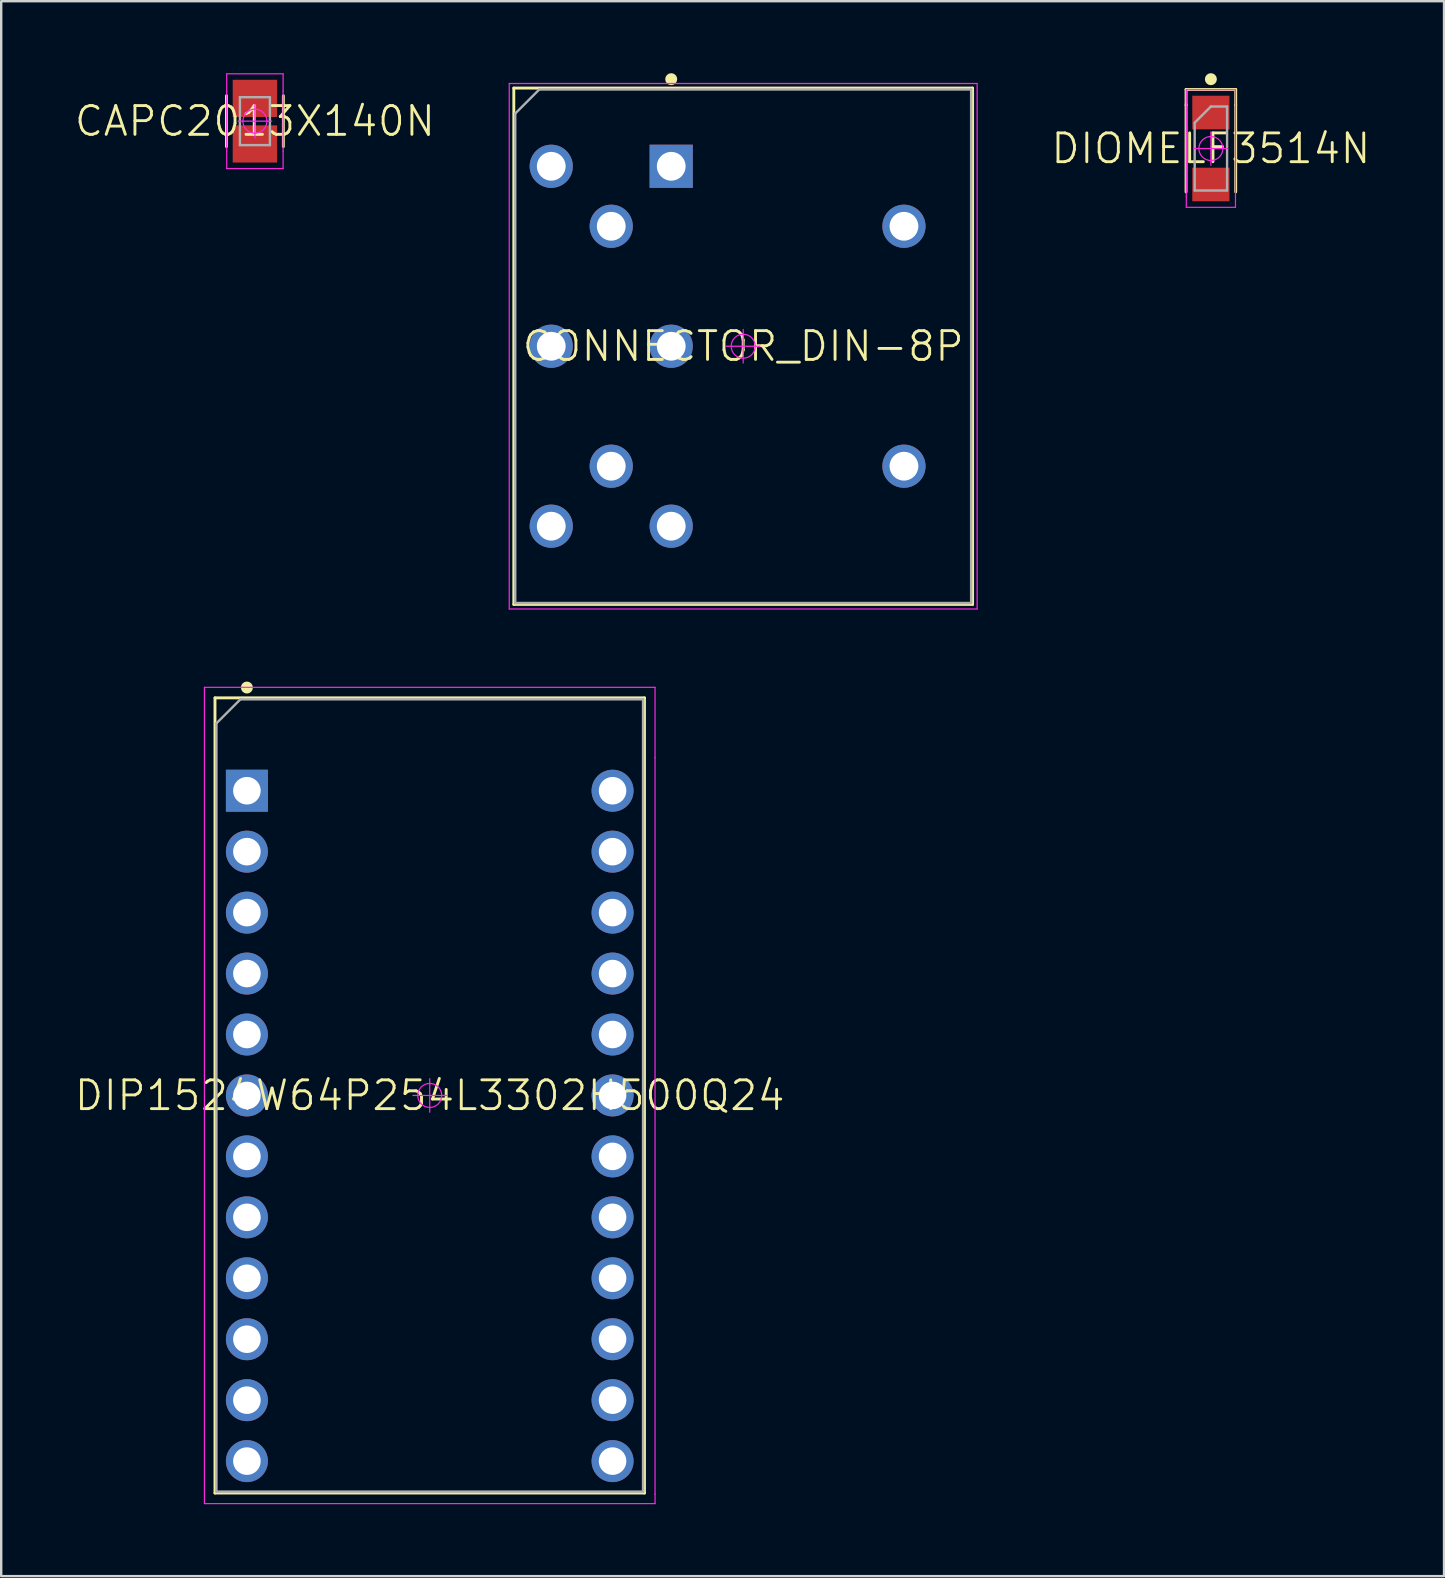
<source format=kicad_pcb>
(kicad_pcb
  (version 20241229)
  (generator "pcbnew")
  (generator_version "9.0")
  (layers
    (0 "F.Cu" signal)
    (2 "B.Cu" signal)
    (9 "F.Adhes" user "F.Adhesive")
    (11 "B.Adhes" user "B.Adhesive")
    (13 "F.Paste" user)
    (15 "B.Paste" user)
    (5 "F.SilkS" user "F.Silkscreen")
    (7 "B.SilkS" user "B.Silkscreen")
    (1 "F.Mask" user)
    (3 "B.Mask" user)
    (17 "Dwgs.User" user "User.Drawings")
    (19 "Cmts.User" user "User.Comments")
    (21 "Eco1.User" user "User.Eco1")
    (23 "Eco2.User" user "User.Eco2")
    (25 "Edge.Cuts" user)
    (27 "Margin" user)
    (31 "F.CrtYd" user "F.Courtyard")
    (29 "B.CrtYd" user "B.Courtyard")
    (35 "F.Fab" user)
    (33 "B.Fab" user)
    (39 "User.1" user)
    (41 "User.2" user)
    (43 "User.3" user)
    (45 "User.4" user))
  (footprint "CAPC2013X140N"
    (layer "F.Cu")
    (at 7.574 2)
    (property "Reference" "CAPC2013X140N" (at 0 0 0) (layer "F.SilkS") (effects (font (size 1.2 1.2) (thickness 0.12))))
    (attr smd)
    (fp_line (start -1.185 -1.06) (end -1.185 1.06) (stroke (width 0.12) (type solid)) (layer "F.SilkS"))
    (fp_line (start 1.185 -1.06) (end 1.185 1.06) (stroke (width 0.12) (type solid)) (layer "F.SilkS"))
    (fp_line (start -1.175 -1.975) (end -1.175 -1.25) (stroke (width 0.05) (type solid)) (layer "F.CrtYd"))
    (fp_line (start -1.175 -1.25) (end -1.175 1.25) (stroke (width 0.05) (type solid)) (layer "F.CrtYd"))
    (fp_line (start -1.175 1.25) (end -1.175 1.975) (stroke (width 0.05) (type solid)) (layer "F.CrtYd"))
    (fp_line (start -1.175 1.975) (end 1.175 1.975) (stroke (width 0.05) (type solid)) (layer "F.CrtYd"))
    (fp_line (start -0.7 0) (end 0.7 0) (stroke (width 0.05) (type solid)) (layer "F.CrtYd"))
    (fp_line (start 0 -0.7) (end 0 0.7) (stroke (width 0.05) (type solid)) (layer "F.CrtYd"))
    (fp_line (start 1.175 -1.975) (end -1.175 -1.975) (stroke (width 0.05) (type solid)) (layer "F.CrtYd"))
    (fp_line (start 1.175 -1.25) (end 1.175 -1.975) (stroke (width 0.05) (type solid)) (layer "F.CrtYd"))
    (fp_line (start 1.175 1.25) (end 1.175 -1.25) (stroke (width 0.05) (type solid)) (layer "F.CrtYd"))
    (fp_line (start 1.175 1.975) (end 1.175 1.25) (stroke (width 0.05) (type solid)) (layer "F.CrtYd"))
    (fp_circle (center 0 0) (end 0 0.5) (stroke (width 0.05) (type solid)) (fill no) (layer "F.CrtYd"))
    (fp_line (start -0.625 -1) (end 0.625 -1) (stroke (width 0.1) (type solid)) (layer "F.Fab"))
    (fp_line (start -0.625 1) (end -0.625 -1) (stroke (width 0.1) (type solid)) (layer "F.Fab"))
    (fp_line (start 0.625 -1) (end 0.625 1) (stroke (width 0.1) (type solid)) (layer "F.Fab"))
    (fp_line (start 0.625 1) (end -0.625 1) (stroke (width 0.1) (type solid)) (layer "F.Fab"))
    (pad "1" smd rect (at 0 -0.95) (size 1.85 1.55) (layers "F.Cu" "F.Mask" "F.Paste"))
    (pad "2" smd rect (at 0 0.95) (size 1.85 1.55) (layers "F.Cu" "F.Mask" "F.Paste")))
  (footprint "DIOMELF3514N"
    (layer "F.Cu")
    (at 47.416 3.14)
    (property "Reference" "DIOMELF3514N" (at 0 0 0) (layer "F.SilkS") (effects (font (size 1.2 1.2) (thickness 0.12))))
    (attr smd)
    (fp_line (start -1.035 -2.46) (end 1.035 -2.46) (stroke (width 0.12) (type solid)) (layer "F.SilkS"))
    (fp_line (start -1.035 -1.81) (end -1.035 -2.46) (stroke (width 0.12) (type solid)) (layer "F.SilkS"))
    (fp_line (start -1.035 -1.81) (end -1.035 1.81) (stroke (width 0.12) (type solid)) (layer "F.SilkS"))
    (fp_line (start 1.035 -2.46) (end 1.035 -1.81) (stroke (width 0.12) (type solid)) (layer "F.SilkS"))
    (fp_line (start 1.035 -1.81) (end 1.035 1.81) (stroke (width 0.12) (type solid)) (layer "F.SilkS"))
    (fp_circle (center 0 -2.89) (end 0 -2.765) (stroke (width 0.25) (type solid)) (fill no) (layer "F.SilkS"))
    (fp_line (start -1.025 -2.45) (end -1.025 -2) (stroke (width 0.05) (type solid)) (layer "F.CrtYd"))
    (fp_line (start -1.025 -2) (end -1.025 2) (stroke (width 0.05) (type solid)) (layer "F.CrtYd"))
    (fp_line (start -1.025 2) (end -1.025 2.45) (stroke (width 0.05) (type solid)) (layer "F.CrtYd"))
    (fp_line (start -1.025 2.45) (end 1.025 2.45) (stroke (width 0.05) (type solid)) (layer "F.CrtYd"))
    (fp_line (start -0.7 0) (end 0.7 0) (stroke (width 0.05) (type solid)) (layer "F.CrtYd"))
    (fp_line (start 0 -0.7) (end 0 0.7) (stroke (width 0.05) (type solid)) (layer "F.CrtYd"))
    (fp_line (start 1.025 -2.45) (end -1.025 -2.45) (stroke (width 0.05) (type solid)) (layer "F.CrtYd"))
    (fp_line (start 1.025 -2) (end 1.025 -2.45) (stroke (width 0.05) (type solid)) (layer "F.CrtYd"))
    (fp_line (start 1.025 2) (end 1.025 -2) (stroke (width 0.05) (type solid)) (layer "F.CrtYd"))
    (fp_line (start 1.025 2.45) (end 1.025 2) (stroke (width 0.05) (type solid)) (layer "F.CrtYd"))
    (fp_circle (center 0 0) (end 0 0.5) (stroke (width 0.05) (type solid)) (fill no) (layer "F.CrtYd"))
    (fp_line (start -0.675 -1.075) (end 0 -1.75) (stroke (width 0.1) (type solid)) (layer "F.Fab"))
    (fp_line (start -0.675 1.75) (end -0.675 -1.075) (stroke (width 0.1) (type solid)) (layer "F.Fab"))
    (fp_line (start 0 -1.75) (end 0.675 -1.75) (stroke (width 0.1) (type solid)) (layer "F.Fab"))
    (fp_line (start 0.675 -1.75) (end 0.675 1.75) (stroke (width 0.1) (type solid)) (layer "F.Fab"))
    (fp_line (start 0.675 1.75) (end -0.675 1.75) (stroke (width 0.1) (type solid)) (layer "F.Fab"))
    (pad "1" smd rect (at 0 -1.5) (size 1.55 1.4) (layers "F.Cu" "F.Mask" "F.Paste"))
    (pad "2" smd rect (at 0 1.5) (size 1.55 1.4) (layers "F.Cu" "F.Mask" "F.Paste")))
  (footprint "CONNECTOR_DIN-8P"
    (layer "F.Cu")
    (at 27.924 11.38)
    (property "Reference" "CONNECTOR_DIN-8P" (at 0 0 0) (layer "F.SilkS") (effects (font (size 1.2 1.2) (thickness 0.12))))
    (attr through_hole)
    (fp_line (start -9.56 -10.76) (end 9.56 -10.76) (stroke (width 0.12) (type solid)) (layer "F.SilkS"))
    (fp_line (start -9.56 10.76) (end -9.56 -10.76) (stroke (width 0.12) (type solid)) (layer "F.SilkS"))
    (fp_line (start 9.56 -10.76) (end 9.56 10.76) (stroke (width 0.12) (type solid)) (layer "F.SilkS"))
    (fp_line (start 9.56 10.76) (end -9.56 10.76) (stroke (width 0.12) (type solid)) (layer "F.SilkS"))
    (fp_circle (center -3 -11.13) (end -3 -11.005) (stroke (width 0.25) (type solid)) (fill no) (layer "F.SilkS"))
    (fp_line (start -9.75 -10.95) (end 9.75 -10.95) (stroke (width 0.05) (type solid)) (layer "F.CrtYd"))
    (fp_line (start -9.75 10.95) (end -9.75 -10.95) (stroke (width 0.05) (type solid)) (layer "F.CrtYd"))
    (fp_line (start -0.7 0) (end 0.7 0) (stroke (width 0.05) (type solid)) (layer "F.CrtYd"))
    (fp_line (start 0 -0.7) (end 0 0.7) (stroke (width 0.05) (type solid)) (layer "F.CrtYd"))
    (fp_line (start 9.75 -10.95) (end 9.75 10.95) (stroke (width 0.05) (type solid)) (layer "F.CrtYd"))
    (fp_line (start 9.75 10.95) (end -9.75 10.95) (stroke (width 0.05) (type solid)) (layer "F.CrtYd"))
    (fp_circle (center 0 0) (end 0 0.5) (stroke (width 0.05) (type solid)) (fill no) (layer "F.CrtYd"))
    (fp_line (start -9.5 -9.7) (end -8.5 -10.7) (stroke (width 0.1) (type solid)) (layer "F.Fab"))
    (fp_line (start -9.5 10.7) (end -9.5 -9.7) (stroke (width 0.1) (type solid)) (layer "F.Fab"))
    (fp_line (start -8.5 -10.7) (end 9.5 -10.7) (stroke (width 0.1) (type solid)) (layer "F.Fab"))
    (fp_line (start 9.5 -10.7) (end 9.5 10.7) (stroke (width 0.1) (type solid)) (layer "F.Fab"))
    (fp_line (start 9.5 10.7) (end -9.5 10.7) (stroke (width 0.1) (type solid)) (layer "F.Fab"))
    (pad "1" thru_hole rect (at -3 -7.5) (size 1.8 1.8) (drill 1.2) (layers "*.Cu" "*.Paste" "*.Mask"))
    (pad "2" thru_hole circle (at -3 0) (size 1.8 1.8) (drill 1.2) (layers "*.Cu" "*.Paste" "*.Mask"))
    (pad "3" thru_hole circle (at -3 7.5) (size 1.8 1.8) (drill 1.2) (layers "*.Cu" "*.Paste" "*.Mask"))
    (pad "4" thru_hole circle (at -5.5 -5) (size 1.8 1.8) (drill 1.2) (layers "*.Cu" "*.Paste" "*.Mask"))
    (pad "5" thru_hole circle (at -5.5 5) (size 1.8 1.8) (drill 1.2) (layers "*.Cu" "*.Paste" "*.Mask"))
    (pad "6" thru_hole circle (at -8 -7.5) (size 1.8 1.8) (drill 1.2) (layers "*.Cu" "*.Paste" "*.Mask"))
    (pad "7" thru_hole circle (at -8 7.5) (size 1.8 1.8) (drill 1.2) (layers "*.Cu" "*.Paste" "*.Mask"))
    (pad "8" thru_hole circle (at -8 0) (size 1.8 1.8) (drill 1.2) (layers "*.Cu" "*.Paste" "*.Mask"))
    (pad "9" thru_hole circle (at 6.7 -5) (size 1.8 1.8) (drill 1.2) (layers "*.Cu" "*.Paste" "*.Mask"))
    (pad "10" thru_hole circle (at 6.7 5) (size 1.8 1.8) (drill 1.2) (layers "*.Cu" "*.Paste" "*.Mask")))
  (footprint "DIP1524W64P254L3302H500Q24"
    (layer "F.Cu")
    (at 14.86 42.605)
    (property "Reference" "DIP1524W64P254L3302H500Q24" (at 0 0 0) (layer "F.SilkS") (effects (font (size 1.2 1.2) (thickness 0.12))))
    (attr through_hole)
    (fp_line (start -8.95 -16.57) (end 8.95 -16.57) (stroke (width 0.12) (type solid)) (layer "F.SilkS"))
    (fp_line (start -8.95 16.57) (end -8.95 -16.57) (stroke (width 0.12) (type solid)) (layer "F.SilkS"))
    (fp_line (start 8.95 -16.57) (end 8.95 16.57) (stroke (width 0.12) (type solid)) (layer "F.SilkS"))
    (fp_line (start 8.95 16.57) (end -8.95 16.57) (stroke (width 0.12) (type solid)) (layer "F.SilkS"))
    (fp_circle (center -7.62 -17) (end -7.62 -16.875) (stroke (width 0.25) (type solid)) (fill no) (layer "F.SilkS"))
    (fp_line (start -9.39 -17.01) (end 9.39 -17.01) (stroke (width 0.05) (type solid)) (layer "F.CrtYd"))
    (fp_line (start -9.39 -14.075) (end -9.39 -17.01) (stroke (width 0.05) (type solid)) (layer "F.CrtYd"))
    (fp_line (start -9.39 16.615) (end -9.39 -14.075) (stroke (width 0.05) (type solid)) (layer "F.CrtYd"))
    (fp_line (start -9.39 17.01) (end -9.39 16.615) (stroke (width 0.05) (type solid)) (layer "F.CrtYd"))
    (fp_line (start -0.7 0) (end 0.7 0) (stroke (width 0.05) (type solid)) (layer "F.CrtYd"))
    (fp_line (start 0 -0.7) (end 0 0.7) (stroke (width 0.05) (type solid)) (layer "F.CrtYd"))
    (fp_line (start 9.39 -17.01) (end 9.39 -14.075) (stroke (width 0.05) (type solid)) (layer "F.CrtYd"))
    (fp_line (start 9.39 -14.075) (end 9.39 16.615) (stroke (width 0.05) (type solid)) (layer "F.CrtYd"))
    (fp_line (start 9.39 16.615) (end 9.39 17.01) (stroke (width 0.05) (type solid)) (layer "F.CrtYd"))
    (fp_line (start 9.39 17.01) (end -9.39 17.01) (stroke (width 0.05) (type solid)) (layer "F.CrtYd"))
    (fp_circle (center 0 0) (end 0 0.5) (stroke (width 0.05) (type solid)) (fill no) (layer "F.CrtYd"))
    (fp_line (start -8.89 -15.51) (end -7.89 -16.51) (stroke (width 0.1) (type solid)) (layer "F.Fab"))
    (fp_line (start -8.89 16.51) (end -8.89 -15.51) (stroke (width 0.1) (type solid)) (layer "F.Fab"))
    (fp_line (start -7.89 -16.51) (end 8.89 -16.51) (stroke (width 0.1) (type solid)) (layer "F.Fab"))
    (fp_line (start 8.89 -16.51) (end 8.89 16.51) (stroke (width 0.1) (type solid)) (layer "F.Fab"))
    (fp_line (start 8.89 16.51) (end -8.89 16.51) (stroke (width 0.1) (type solid)) (layer "F.Fab"))
    (pad "1" thru_hole rect (at -7.62 -12.7) (size 1.75 1.75) (drill 1.15) (layers "*.Cu" "*.Paste" "*.Mask"))
    (pad "2" thru_hole circle (at -7.62 -10.16) (size 1.75 1.75) (drill 1.15) (layers "*.Cu" "*.Paste" "*.Mask"))
    (pad "3" thru_hole circle (at -7.62 -7.62) (size 1.75 1.75) (drill 1.15) (layers "*.Cu" "*.Paste" "*.Mask"))
    (pad "4" thru_hole circle (at -7.62 -5.08) (size 1.75 1.75) (drill 1.15) (layers "*.Cu" "*.Paste" "*.Mask"))
    (pad "5" thru_hole circle (at -7.62 -2.54) (size 1.75 1.75) (drill 1.15) (layers "*.Cu" "*.Paste" "*.Mask"))
    (pad "6" thru_hole circle (at -7.62 0) (size 1.75 1.75) (drill 1.15) (layers "*.Cu" "*.Paste" "*.Mask"))
    (pad "7" thru_hole circle (at -7.62 2.54) (size 1.75 1.75) (drill 1.15) (layers "*.Cu" "*.Paste" "*.Mask"))
    (pad "8" thru_hole circle (at -7.62 5.08) (size 1.75 1.75) (drill 1.15) (layers "*.Cu" "*.Paste" "*.Mask"))
    (pad "9" thru_hole circle (at -7.62 7.62) (size 1.75 1.75) (drill 1.15) (layers "*.Cu" "*.Paste" "*.Mask"))
    (pad "10" thru_hole circle (at -7.62 10.16) (size 1.75 1.75) (drill 1.15) (layers "*.Cu" "*.Paste" "*.Mask"))
    (pad "11" thru_hole circle (at -7.62 12.7) (size 1.75 1.75) (drill 1.15) (layers "*.Cu" "*.Paste" "*.Mask"))
    (pad "12" thru_hole circle (at -7.62 15.24) (size 1.75 1.75) (drill 1.15) (layers "*.Cu" "*.Paste" "*.Mask"))
    (pad "13" thru_hole circle (at 7.62 15.24) (size 1.75 1.75) (drill 1.15) (layers "*.Cu" "*.Paste" "*.Mask"))
    (pad "14" thru_hole circle (at 7.62 12.7) (size 1.75 1.75) (drill 1.15) (layers "*.Cu" "*.Paste" "*.Mask"))
    (pad "15" thru_hole circle (at 7.62 10.16) (size 1.75 1.75) (drill 1.15) (layers "*.Cu" "*.Paste" "*.Mask"))
    (pad "16" thru_hole circle (at 7.62 7.62) (size 1.75 1.75) (drill 1.15) (layers "*.Cu" "*.Paste" "*.Mask"))
    (pad "17" thru_hole circle (at 7.62 5.08) (size 1.75 1.75) (drill 1.15) (layers "*.Cu" "*.Paste" "*.Mask"))
    (pad "18" thru_hole circle (at 7.62 2.54) (size 1.75 1.75) (drill 1.15) (layers "*.Cu" "*.Paste" "*.Mask"))
    (pad "19" thru_hole circle (at 7.62 0) (size 1.75 1.75) (drill 1.15) (layers "*.Cu" "*.Paste" "*.Mask"))
    (pad "20" thru_hole circle (at 7.62 -2.54) (size 1.75 1.75) (drill 1.15) (layers "*.Cu" "*.Paste" "*.Mask"))
    (pad "21" thru_hole circle (at 7.62 -5.08) (size 1.75 1.75) (drill 1.15) (layers "*.Cu" "*.Paste" "*.Mask"))
    (pad "22" thru_hole circle (at 7.62 -7.62) (size 1.75 1.75) (drill 1.15) (layers "*.Cu" "*.Paste" "*.Mask"))
    (pad "23" thru_hole circle (at 7.62 -10.16) (size 1.75 1.75) (drill 1.15) (layers "*.Cu" "*.Paste" "*.Mask"))
    (pad "24" thru_hole circle (at 7.62 -12.7) (size 1.75 1.75) (drill 1.15) (layers "*.Cu" "*.Paste" "*.Mask")))
  (gr_rect
    (start -3 -3)
    (end 57.133 62.64)
    (stroke (width 0.1) (type default))
    (fill no)
    (layer "Edge.Cuts")))
</source>
